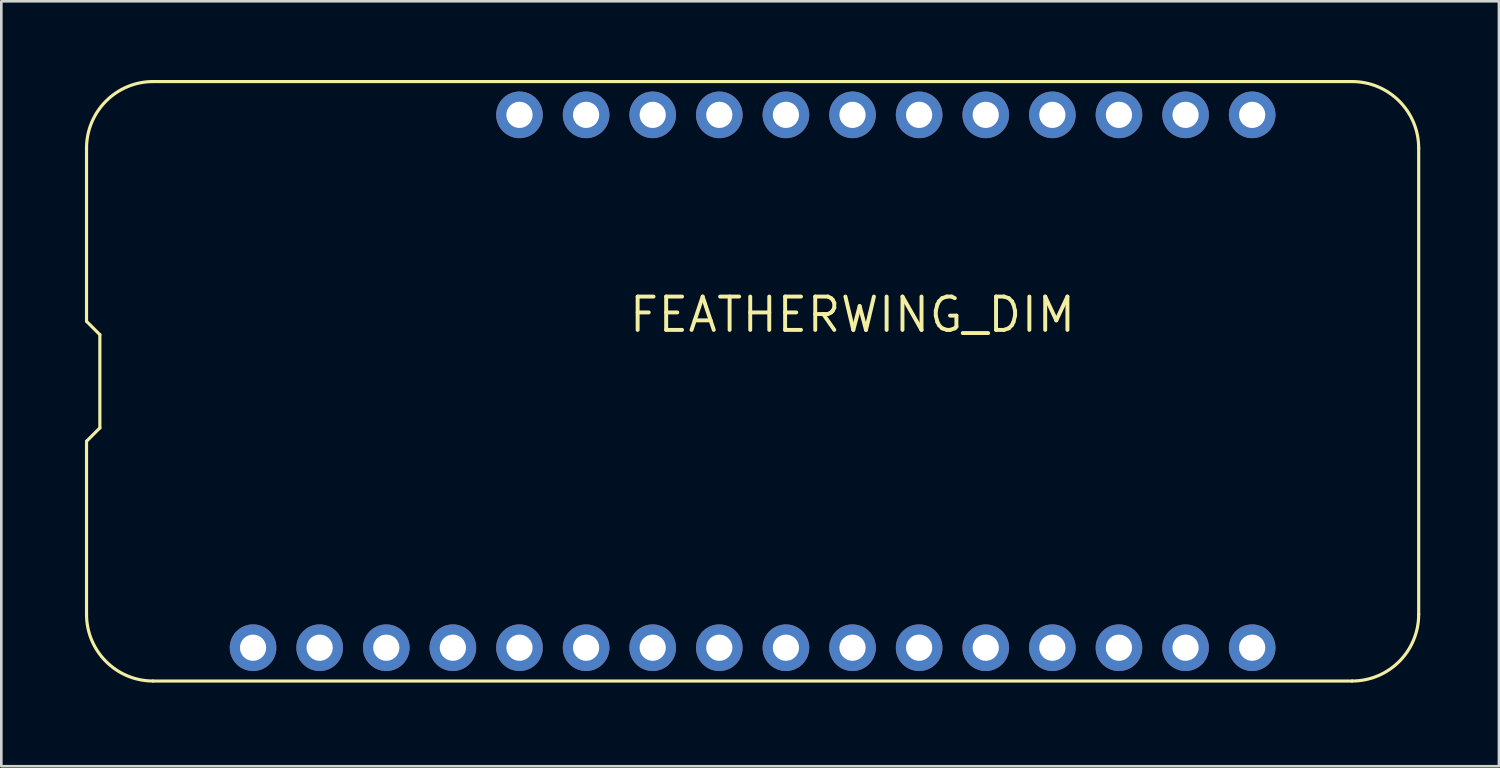
<source format=kicad_pcb>
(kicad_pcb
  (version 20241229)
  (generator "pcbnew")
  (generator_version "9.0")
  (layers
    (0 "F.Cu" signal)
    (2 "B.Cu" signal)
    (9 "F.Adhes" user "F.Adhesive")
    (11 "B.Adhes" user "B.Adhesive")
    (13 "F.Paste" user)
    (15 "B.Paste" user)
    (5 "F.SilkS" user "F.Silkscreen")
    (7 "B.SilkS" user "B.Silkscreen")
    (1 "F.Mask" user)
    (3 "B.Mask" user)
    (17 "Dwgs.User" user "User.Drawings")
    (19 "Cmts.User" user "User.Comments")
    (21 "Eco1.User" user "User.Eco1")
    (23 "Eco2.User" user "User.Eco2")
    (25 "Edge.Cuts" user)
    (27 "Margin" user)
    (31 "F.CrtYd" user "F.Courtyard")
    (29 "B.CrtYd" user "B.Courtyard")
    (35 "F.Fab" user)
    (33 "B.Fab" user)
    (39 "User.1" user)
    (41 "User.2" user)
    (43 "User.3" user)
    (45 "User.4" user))
  (footprint "FEATHERWING_DIM"
    (layer "F.Cu")
    (at 0.25 22.92)
    (property "Reference" "FEATHERWING_DIM" (at 29.21 -13.97 0) (layer "F.SilkS") (effects (font (size 1.27 1.27) (thickness 0.15))))
    (attr through_hole)
    (fp_line (start 0 -20.32) (end 0 -13.716) (stroke (width 0.12) (type solid)) (layer "F.SilkS"))
    (fp_line (start 0 -13.716) (end 0.508 -13.208) (stroke (width 0.12) (type solid)) (layer "F.SilkS"))
    (fp_line (start 0 -9.144) (end 0 -2.54) (stroke (width 0.12) (type solid)) (layer "F.SilkS"))
    (fp_line (start 0.508 -13.208) (end 0.508 -9.652) (stroke (width 0.12) (type solid)) (layer "F.SilkS"))
    (fp_line (start 0.508 -9.652) (end 0 -9.144) (stroke (width 0.12) (type solid)) (layer "F.SilkS"))
    (fp_line (start 2.54 0) (end 48.26 0) (stroke (width 0.12) (type solid)) (layer "F.SilkS"))
    (fp_line (start 48.26 -22.86) (end 2.54 -22.86) (stroke (width 0.12) (type solid)) (layer "F.SilkS"))
    (fp_line (start 50.8 -2.54) (end 50.8 -20.32) (stroke (width 0.12) (type solid)) (layer "F.SilkS"))
    (fp_arc (start 0 -20.32) (mid 0.743949 -22.116051) (end 2.54 -22.86) (stroke (width 0.12) (type solid)) (layer "F.SilkS"))
    (fp_arc (start 2.54 0) (mid 0.743949 -0.743949) (end 0 -2.54) (stroke (width 0.12) (type solid)) (layer "F.SilkS"))
    (fp_arc (start 48.26 -22.86) (mid 50.056051 -22.116051) (end 50.8 -20.32) (stroke (width 0.12) (type solid)) (layer "F.SilkS"))
    (fp_arc (start 50.8 -2.54) (mid 50.056051 -0.743949) (end 48.26 0) (stroke (width 0.12) (type solid)) (layer "F.SilkS"))
    (pad "1" thru_hole circle (at 6.35 -1.27) (size 1.778 1.778) (drill 1) (layers "*.Cu" "*.Mask"))
    (pad "2" thru_hole circle (at 8.89 -1.27) (size 1.778 1.778) (drill 1) (layers "*.Cu" "*.Mask"))
    (pad "3" thru_hole circle (at 11.43 -1.27) (size 1.778 1.778) (drill 1) (layers "*.Cu" "*.Mask"))
    (pad "4" thru_hole circle (at 13.97 -1.27) (size 1.778 1.778) (drill 1) (layers "*.Cu" "*.Mask"))
    (pad "5" thru_hole circle (at 16.51 -1.27) (size 1.778 1.778) (drill 1) (layers "*.Cu" "*.Mask"))
    (pad "6" thru_hole circle (at 19.05 -1.27) (size 1.778 1.778) (drill 1) (layers "*.Cu" "*.Mask"))
    (pad "7" thru_hole circle (at 21.59 -1.27) (size 1.778 1.778) (drill 1) (layers "*.Cu" "*.Mask"))
    (pad "8" thru_hole circle (at 24.13 -1.27) (size 1.778 1.778) (drill 1) (layers "*.Cu" "*.Mask"))
    (pad "9" thru_hole circle (at 26.67 -1.27) (size 1.778 1.778) (drill 1) (layers "*.Cu" "*.Mask"))
    (pad "10" thru_hole circle (at 29.21 -1.27) (size 1.778 1.778) (drill 1) (layers "*.Cu" "*.Mask"))
    (pad "11" thru_hole circle (at 31.75 -1.27) (size 1.778 1.778) (drill 1) (layers "*.Cu" "*.Mask"))
    (pad "12" thru_hole circle (at 34.29 -1.27) (size 1.778 1.778) (drill 1) (layers "*.Cu" "*.Mask"))
    (pad "13" thru_hole circle (at 36.83 -1.27) (size 1.778 1.778) (drill 1) (layers "*.Cu" "*.Mask"))
    (pad "14" thru_hole circle (at 39.37 -1.27) (size 1.778 1.778) (drill 1) (layers "*.Cu" "*.Mask"))
    (pad "15" thru_hole circle (at 41.91 -1.27) (size 1.778 1.778) (drill 1) (layers "*.Cu" "*.Mask"))
    (pad "16" thru_hole circle (at 44.45 -1.27) (size 1.778 1.778) (drill 1) (layers "*.Cu" "*.Mask"))
    (pad "17" thru_hole circle (at 44.45 -21.59) (size 1.778 1.778) (drill 1) (layers "*.Cu" "*.Mask"))
    (pad "18" thru_hole circle (at 41.91 -21.59) (size 1.778 1.778) (drill 1) (layers "*.Cu" "*.Mask"))
    (pad "19" thru_hole circle (at 39.37 -21.59) (size 1.778 1.778) (drill 1) (layers "*.Cu" "*.Mask"))
    (pad "20" thru_hole circle (at 36.83 -21.59) (size 1.778 1.778) (drill 1) (layers "*.Cu" "*.Mask"))
    (pad "21" thru_hole circle (at 34.29 -21.59) (size 1.778 1.778) (drill 1) (layers "*.Cu" "*.Mask"))
    (pad "22" thru_hole circle (at 31.75 -21.59) (size 1.778 1.778) (drill 1) (layers "*.Cu" "*.Mask"))
    (pad "23" thru_hole circle (at 29.21 -21.59) (size 1.778 1.778) (drill 1) (layers "*.Cu" "*.Mask"))
    (pad "24" thru_hole circle (at 26.67 -21.59) (size 1.778 1.778) (drill 1) (layers "*.Cu" "*.Mask"))
    (pad "25" thru_hole circle (at 24.13 -21.59) (size 1.778 1.778) (drill 1) (layers "*.Cu" "*.Mask"))
    (pad "26" thru_hole circle (at 21.59 -21.59) (size 1.778 1.778) (drill 1) (layers "*.Cu" "*.Mask"))
    (pad "27" thru_hole circle (at 19.05 -21.59) (size 1.778 1.778) (drill 1) (layers "*.Cu" "*.Mask"))
    (pad "28" thru_hole circle (at 16.51 -21.59) (size 1.778 1.778) (drill 1) (layers "*.Cu" "*.Mask")))
  (gr_rect
    (start -3 -3)
    (end 54.11 26.17)
    (stroke (width 0.1) (type default))
    (fill no)
    (layer "Edge.Cuts")))
</source>
